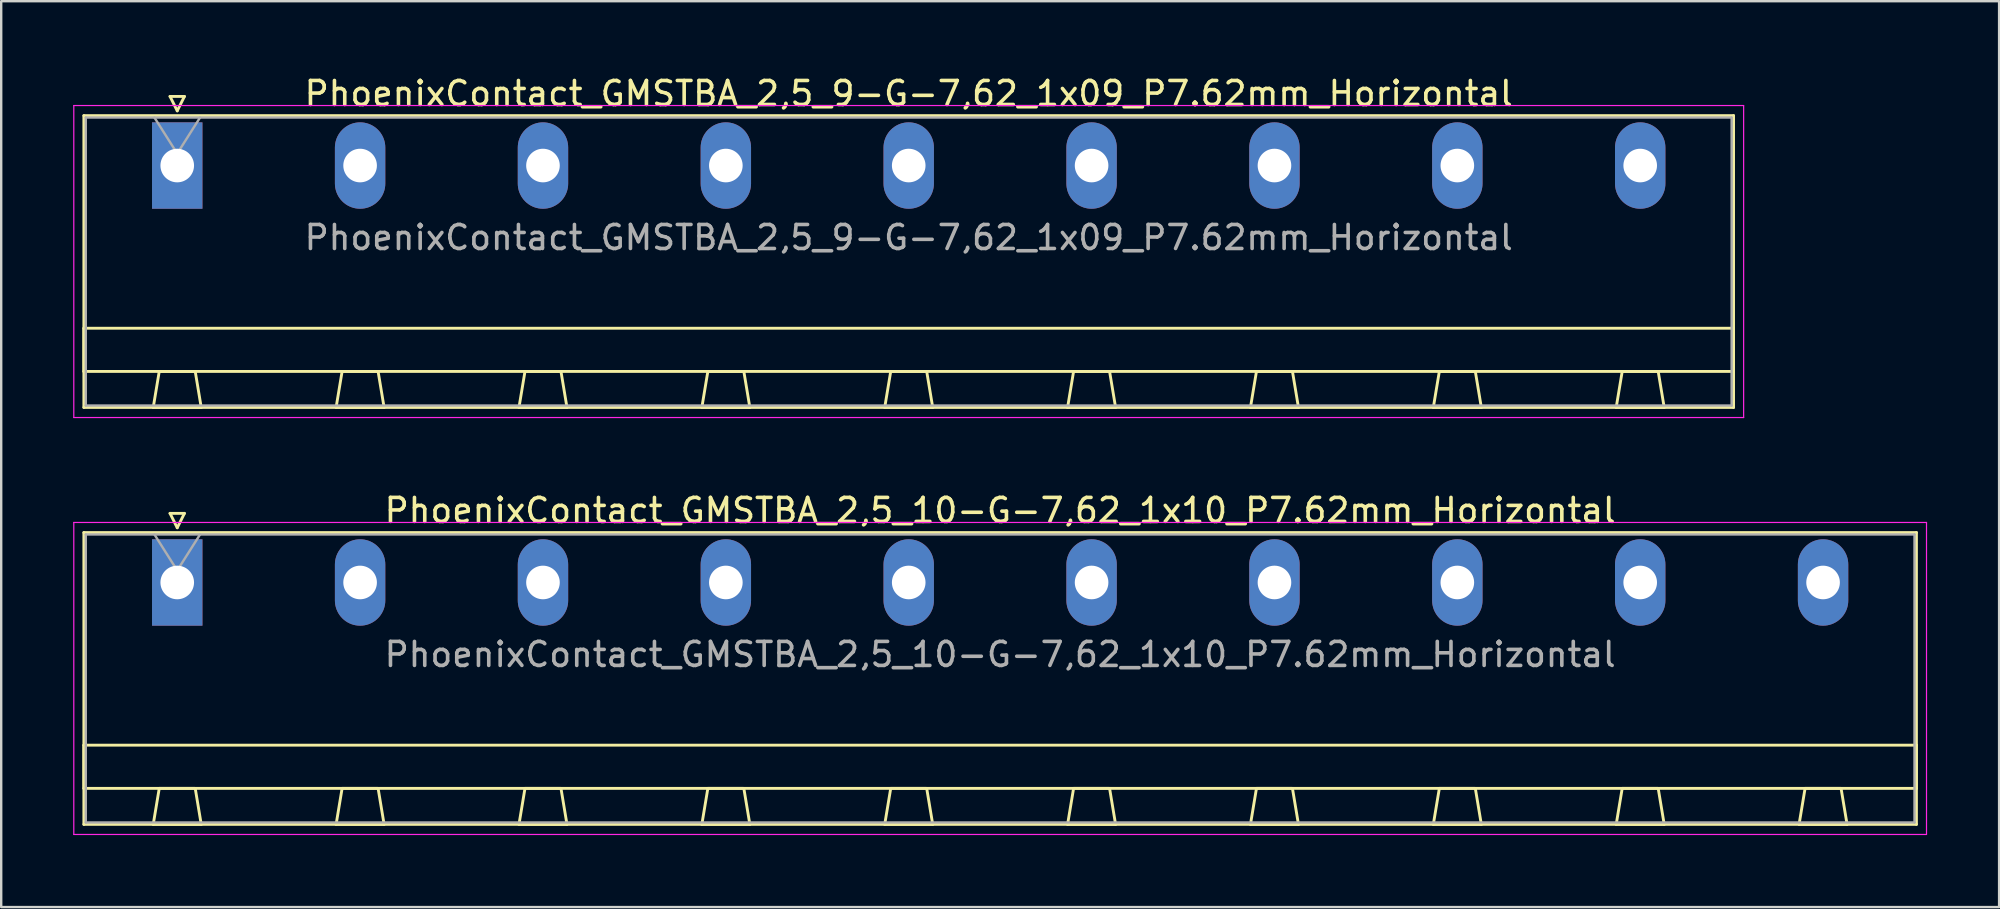
<source format=kicad_pcb>
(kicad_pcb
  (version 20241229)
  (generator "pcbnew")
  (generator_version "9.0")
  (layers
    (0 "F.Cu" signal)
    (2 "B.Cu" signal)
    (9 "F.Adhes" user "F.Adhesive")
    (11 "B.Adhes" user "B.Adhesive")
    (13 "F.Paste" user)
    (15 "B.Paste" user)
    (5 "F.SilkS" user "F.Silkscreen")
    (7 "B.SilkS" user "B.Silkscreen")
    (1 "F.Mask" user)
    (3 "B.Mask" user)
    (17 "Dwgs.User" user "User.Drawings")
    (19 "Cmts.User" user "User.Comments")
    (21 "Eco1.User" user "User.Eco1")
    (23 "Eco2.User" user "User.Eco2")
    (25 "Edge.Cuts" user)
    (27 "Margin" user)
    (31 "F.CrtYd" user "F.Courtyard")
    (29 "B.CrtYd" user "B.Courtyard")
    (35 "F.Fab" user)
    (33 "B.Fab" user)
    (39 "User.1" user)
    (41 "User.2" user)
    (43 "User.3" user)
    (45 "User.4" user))
  (footprint "PhoenixContact_GMSTBA_2,5_9-G-7,62_1x09_P7.62mm_Horizontal"
    (layer "F.Cu")
    (at 4.335 3.848)
    (property "Reference" "PhoenixContact_GMSTBA_2,5_9-G-7,62_1x09_P7.62mm_Horizontal" (at 30.48 -3 0) (layer "F.SilkS") (effects (font (size 1 1) (thickness 0.15))))
    (attr through_hole)
    (fp_line (start -3.89 -2.08) (end -3.89 10.08) (stroke (width 0.12) (type solid)) (layer "F.SilkS"))
    (fp_line (start -3.89 6.78) (end 64.85 6.78) (stroke (width 0.12) (type solid)) (layer "F.SilkS"))
    (fp_line (start -3.89 8.58) (end -3.89 6.78) (stroke (width 0.12) (type solid)) (layer "F.SilkS"))
    (fp_line (start -3.89 10.08) (end 64.85 10.08) (stroke (width 0.12) (type solid)) (layer "F.SilkS"))
    (fp_line (start -1 10.08) (end 1 10.08) (stroke (width 0.12) (type solid)) (layer "F.SilkS"))
    (fp_line (start -0.75 8.58) (end -1 10.08) (stroke (width 0.12) (type solid)) (layer "F.SilkS"))
    (fp_line (start -0.3 -2.88) (end 0.3 -2.88) (stroke (width 0.12) (type solid)) (layer "F.SilkS"))
    (fp_line (start 0 -2.28) (end -0.3 -2.88) (stroke (width 0.12) (type solid)) (layer "F.SilkS"))
    (fp_line (start 0.3 -2.88) (end 0 -2.28) (stroke (width 0.12) (type solid)) (layer "F.SilkS"))
    (fp_line (start 0.75 8.58) (end -0.75 8.58) (stroke (width 0.12) (type solid)) (layer "F.SilkS"))
    (fp_line (start 1 10.08) (end 0.75 8.58) (stroke (width 0.12) (type solid)) (layer "F.SilkS"))
    (fp_line (start 6.62 10.08) (end 8.62 10.08) (stroke (width 0.12) (type solid)) (layer "F.SilkS"))
    (fp_line (start 6.87 8.58) (end 6.62 10.08) (stroke (width 0.12) (type solid)) (layer "F.SilkS"))
    (fp_line (start 8.37 8.58) (end 6.87 8.58) (stroke (width 0.12) (type solid)) (layer "F.SilkS"))
    (fp_line (start 8.62 10.08) (end 8.37 8.58) (stroke (width 0.12) (type solid)) (layer "F.SilkS"))
    (fp_line (start 14.24 10.08) (end 16.24 10.08) (stroke (width 0.12) (type solid)) (layer "F.SilkS"))
    (fp_line (start 14.49 8.58) (end 14.24 10.08) (stroke (width 0.12) (type solid)) (layer "F.SilkS"))
    (fp_line (start 15.99 8.58) (end 14.49 8.58) (stroke (width 0.12) (type solid)) (layer "F.SilkS"))
    (fp_line (start 16.24 10.08) (end 15.99 8.58) (stroke (width 0.12) (type solid)) (layer "F.SilkS"))
    (fp_line (start 21.86 10.08) (end 23.86 10.08) (stroke (width 0.12) (type solid)) (layer "F.SilkS"))
    (fp_line (start 22.11 8.58) (end 21.86 10.08) (stroke (width 0.12) (type solid)) (layer "F.SilkS"))
    (fp_line (start 23.61 8.58) (end 22.11 8.58) (stroke (width 0.12) (type solid)) (layer "F.SilkS"))
    (fp_line (start 23.86 10.08) (end 23.61 8.58) (stroke (width 0.12) (type solid)) (layer "F.SilkS"))
    (fp_line (start 29.48 10.08) (end 31.48 10.08) (stroke (width 0.12) (type solid)) (layer "F.SilkS"))
    (fp_line (start 29.73 8.58) (end 29.48 10.08) (stroke (width 0.12) (type solid)) (layer "F.SilkS"))
    (fp_line (start 31.23 8.58) (end 29.73 8.58) (stroke (width 0.12) (type solid)) (layer "F.SilkS"))
    (fp_line (start 31.48 10.08) (end 31.23 8.58) (stroke (width 0.12) (type solid)) (layer "F.SilkS"))
    (fp_line (start 37.1 10.08) (end 39.1 10.08) (stroke (width 0.12) (type solid)) (layer "F.SilkS"))
    (fp_line (start 37.35 8.58) (end 37.1 10.08) (stroke (width 0.12) (type solid)) (layer "F.SilkS"))
    (fp_line (start 38.85 8.58) (end 37.35 8.58) (stroke (width 0.12) (type solid)) (layer "F.SilkS"))
    (fp_line (start 39.1 10.08) (end 38.85 8.58) (stroke (width 0.12) (type solid)) (layer "F.SilkS"))
    (fp_line (start 44.72 10.08) (end 46.72 10.08) (stroke (width 0.12) (type solid)) (layer "F.SilkS"))
    (fp_line (start 44.97 8.58) (end 44.72 10.08) (stroke (width 0.12) (type solid)) (layer "F.SilkS"))
    (fp_line (start 46.47 8.58) (end 44.97 8.58) (stroke (width 0.12) (type solid)) (layer "F.SilkS"))
    (fp_line (start 46.72 10.08) (end 46.47 8.58) (stroke (width 0.12) (type solid)) (layer "F.SilkS"))
    (fp_line (start 52.34 10.08) (end 54.34 10.08) (stroke (width 0.12) (type solid)) (layer "F.SilkS"))
    (fp_line (start 52.59 8.58) (end 52.34 10.08) (stroke (width 0.12) (type solid)) (layer "F.SilkS"))
    (fp_line (start 54.09 8.58) (end 52.59 8.58) (stroke (width 0.12) (type solid)) (layer "F.SilkS"))
    (fp_line (start 54.34 10.08) (end 54.09 8.58) (stroke (width 0.12) (type solid)) (layer "F.SilkS"))
    (fp_line (start 59.96 10.08) (end 61.96 10.08) (stroke (width 0.12) (type solid)) (layer "F.SilkS"))
    (fp_line (start 60.21 8.58) (end 59.96 10.08) (stroke (width 0.12) (type solid)) (layer "F.SilkS"))
    (fp_line (start 61.71 8.58) (end 60.21 8.58) (stroke (width 0.12) (type solid)) (layer "F.SilkS"))
    (fp_line (start 61.96 10.08) (end 61.71 8.58) (stroke (width 0.12) (type solid)) (layer "F.SilkS"))
    (fp_line (start 64.85 -2.08) (end -3.89 -2.08) (stroke (width 0.12) (type solid)) (layer "F.SilkS"))
    (fp_line (start 64.85 6.78) (end 64.85 8.58) (stroke (width 0.12) (type solid)) (layer "F.SilkS"))
    (fp_line (start 64.85 8.58) (end -3.89 8.58) (stroke (width 0.12) (type solid)) (layer "F.SilkS"))
    (fp_line (start 64.85 10.08) (end 64.85 -2.08) (stroke (width 0.12) (type solid)) (layer "F.SilkS"))
    (fp_line (start -4.31 -2.5) (end -4.31 10.5) (stroke (width 0.05) (type solid)) (layer "F.CrtYd"))
    (fp_line (start -4.31 10.5) (end 65.27 10.5) (stroke (width 0.05) (type solid)) (layer "F.CrtYd"))
    (fp_line (start 65.27 -2.5) (end -4.31 -2.5) (stroke (width 0.05) (type solid)) (layer "F.CrtYd"))
    (fp_line (start 65.27 10.5) (end 65.27 -2.5) (stroke (width 0.05) (type solid)) (layer "F.CrtYd"))
    (fp_line (start -3.81 -2) (end -3.81 10) (stroke (width 0.1) (type solid)) (layer "F.Fab"))
    (fp_line (start -3.81 10) (end 64.77 10) (stroke (width 0.1) (type solid)) (layer "F.Fab"))
    (fp_line (start 0 -0.5) (end -0.95 -2) (stroke (width 0.1) (type solid)) (layer "F.Fab"))
    (fp_line (start 0.95 -2) (end 0 -0.5) (stroke (width 0.1) (type solid)) (layer "F.Fab"))
    (fp_line (start 64.77 -2) (end -3.81 -2) (stroke (width 0.1) (type solid)) (layer "F.Fab"))
    (fp_line (start 64.77 10) (end 64.77 -2) (stroke (width 0.1) (type solid)) (layer "F.Fab"))
    (fp_text user "${REFERENCE}" (at 30.48 3 0) (layer "F.Fab") (effects (font (size 1 1) (thickness 0.15))))
    (pad "1" thru_hole rect (at 0 0) (size 2.1 3.6) (drill 1.4) (layers "*.Cu" "*.Mask"))
    (pad "2" thru_hole oval (at 7.62 0) (size 2.1 3.6) (drill 1.4) (layers "*.Cu" "*.Mask"))
    (pad "3" thru_hole oval (at 15.24 0) (size 2.1 3.6) (drill 1.4) (layers "*.Cu" "*.Mask"))
    (pad "4" thru_hole oval (at 22.86 0) (size 2.1 3.6) (drill 1.4) (layers "*.Cu" "*.Mask"))
    (pad "5" thru_hole oval (at 30.48 0) (size 2.1 3.6) (drill 1.4) (layers "*.Cu" "*.Mask"))
    (pad "6" thru_hole oval (at 38.1 0) (size 2.1 3.6) (drill 1.4) (layers "*.Cu" "*.Mask"))
    (pad "7" thru_hole oval (at 45.72 0) (size 2.1 3.6) (drill 1.4) (layers "*.Cu" "*.Mask"))
    (pad "8" thru_hole oval (at 53.34 0) (size 2.1 3.6) (drill 1.4) (layers "*.Cu" "*.Mask"))
    (pad "9" thru_hole oval (at 60.96 0) (size 2.1 3.6) (drill 1.4) (layers "*.Cu" "*.Mask")))
  (footprint "PhoenixContact_GMSTBA_2,5_10-G-7,62_1x10_P7.62mm_Horizontal"
    (layer "F.Cu")
    (at 4.335 21.221)
    (property "Reference" "PhoenixContact_GMSTBA_2,5_10-G-7,62_1x10_P7.62mm_Horizontal" (at 34.29 -3 0) (layer "F.SilkS") (effects (font (size 1 1) (thickness 0.15))))
    (attr through_hole)
    (fp_line (start -3.89 -2.08) (end -3.89 10.08) (stroke (width 0.12) (type solid)) (layer "F.SilkS"))
    (fp_line (start -3.89 6.78) (end 72.47 6.78) (stroke (width 0.12) (type solid)) (layer "F.SilkS"))
    (fp_line (start -3.89 8.58) (end -3.89 6.78) (stroke (width 0.12) (type solid)) (layer "F.SilkS"))
    (fp_line (start -3.89 10.08) (end 72.47 10.08) (stroke (width 0.12) (type solid)) (layer "F.SilkS"))
    (fp_line (start -1 10.08) (end 1 10.08) (stroke (width 0.12) (type solid)) (layer "F.SilkS"))
    (fp_line (start -0.75 8.58) (end -1 10.08) (stroke (width 0.12) (type solid)) (layer "F.SilkS"))
    (fp_line (start -0.3 -2.88) (end 0.3 -2.88) (stroke (width 0.12) (type solid)) (layer "F.SilkS"))
    (fp_line (start 0 -2.28) (end -0.3 -2.88) (stroke (width 0.12) (type solid)) (layer "F.SilkS"))
    (fp_line (start 0.3 -2.88) (end 0 -2.28) (stroke (width 0.12) (type solid)) (layer "F.SilkS"))
    (fp_line (start 0.75 8.58) (end -0.75 8.58) (stroke (width 0.12) (type solid)) (layer "F.SilkS"))
    (fp_line (start 1 10.08) (end 0.75 8.58) (stroke (width 0.12) (type solid)) (layer "F.SilkS"))
    (fp_line (start 6.62 10.08) (end 8.62 10.08) (stroke (width 0.12) (type solid)) (layer "F.SilkS"))
    (fp_line (start 6.87 8.58) (end 6.62 10.08) (stroke (width 0.12) (type solid)) (layer "F.SilkS"))
    (fp_line (start 8.37 8.58) (end 6.87 8.58) (stroke (width 0.12) (type solid)) (layer "F.SilkS"))
    (fp_line (start 8.62 10.08) (end 8.37 8.58) (stroke (width 0.12) (type solid)) (layer "F.SilkS"))
    (fp_line (start 14.24 10.08) (end 16.24 10.08) (stroke (width 0.12) (type solid)) (layer "F.SilkS"))
    (fp_line (start 14.49 8.58) (end 14.24 10.08) (stroke (width 0.12) (type solid)) (layer "F.SilkS"))
    (fp_line (start 15.99 8.58) (end 14.49 8.58) (stroke (width 0.12) (type solid)) (layer "F.SilkS"))
    (fp_line (start 16.24 10.08) (end 15.99 8.58) (stroke (width 0.12) (type solid)) (layer "F.SilkS"))
    (fp_line (start 21.86 10.08) (end 23.86 10.08) (stroke (width 0.12) (type solid)) (layer "F.SilkS"))
    (fp_line (start 22.11 8.58) (end 21.86 10.08) (stroke (width 0.12) (type solid)) (layer "F.SilkS"))
    (fp_line (start 23.61 8.58) (end 22.11 8.58) (stroke (width 0.12) (type solid)) (layer "F.SilkS"))
    (fp_line (start 23.86 10.08) (end 23.61 8.58) (stroke (width 0.12) (type solid)) (layer "F.SilkS"))
    (fp_line (start 29.48 10.08) (end 31.48 10.08) (stroke (width 0.12) (type solid)) (layer "F.SilkS"))
    (fp_line (start 29.73 8.58) (end 29.48 10.08) (stroke (width 0.12) (type solid)) (layer "F.SilkS"))
    (fp_line (start 31.23 8.58) (end 29.73 8.58) (stroke (width 0.12) (type solid)) (layer "F.SilkS"))
    (fp_line (start 31.48 10.08) (end 31.23 8.58) (stroke (width 0.12) (type solid)) (layer "F.SilkS"))
    (fp_line (start 37.1 10.08) (end 39.1 10.08) (stroke (width 0.12) (type solid)) (layer "F.SilkS"))
    (fp_line (start 37.35 8.58) (end 37.1 10.08) (stroke (width 0.12) (type solid)) (layer "F.SilkS"))
    (fp_line (start 38.85 8.58) (end 37.35 8.58) (stroke (width 0.12) (type solid)) (layer "F.SilkS"))
    (fp_line (start 39.1 10.08) (end 38.85 8.58) (stroke (width 0.12) (type solid)) (layer "F.SilkS"))
    (fp_line (start 44.72 10.08) (end 46.72 10.08) (stroke (width 0.12) (type solid)) (layer "F.SilkS"))
    (fp_line (start 44.97 8.58) (end 44.72 10.08) (stroke (width 0.12) (type solid)) (layer "F.SilkS"))
    (fp_line (start 46.47 8.58) (end 44.97 8.58) (stroke (width 0.12) (type solid)) (layer "F.SilkS"))
    (fp_line (start 46.72 10.08) (end 46.47 8.58) (stroke (width 0.12) (type solid)) (layer "F.SilkS"))
    (fp_line (start 52.34 10.08) (end 54.34 10.08) (stroke (width 0.12) (type solid)) (layer "F.SilkS"))
    (fp_line (start 52.59 8.58) (end 52.34 10.08) (stroke (width 0.12) (type solid)) (layer "F.SilkS"))
    (fp_line (start 54.09 8.58) (end 52.59 8.58) (stroke (width 0.12) (type solid)) (layer "F.SilkS"))
    (fp_line (start 54.34 10.08) (end 54.09 8.58) (stroke (width 0.12) (type solid)) (layer "F.SilkS"))
    (fp_line (start 59.96 10.08) (end 61.96 10.08) (stroke (width 0.12) (type solid)) (layer "F.SilkS"))
    (fp_line (start 60.21 8.58) (end 59.96 10.08) (stroke (width 0.12) (type solid)) (layer "F.SilkS"))
    (fp_line (start 61.71 8.58) (end 60.21 8.58) (stroke (width 0.12) (type solid)) (layer "F.SilkS"))
    (fp_line (start 61.96 10.08) (end 61.71 8.58) (stroke (width 0.12) (type solid)) (layer "F.SilkS"))
    (fp_line (start 67.58 10.08) (end 69.58 10.08) (stroke (width 0.12) (type solid)) (layer "F.SilkS"))
    (fp_line (start 67.83 8.58) (end 67.58 10.08) (stroke (width 0.12) (type solid)) (layer "F.SilkS"))
    (fp_line (start 69.33 8.58) (end 67.83 8.58) (stroke (width 0.12) (type solid)) (layer "F.SilkS"))
    (fp_line (start 69.58 10.08) (end 69.33 8.58) (stroke (width 0.12) (type solid)) (layer "F.SilkS"))
    (fp_line (start 72.47 -2.08) (end -3.89 -2.08) (stroke (width 0.12) (type solid)) (layer "F.SilkS"))
    (fp_line (start 72.47 6.78) (end 72.47 8.58) (stroke (width 0.12) (type solid)) (layer "F.SilkS"))
    (fp_line (start 72.47 8.58) (end -3.89 8.58) (stroke (width 0.12) (type solid)) (layer "F.SilkS"))
    (fp_line (start 72.47 10.08) (end 72.47 -2.08) (stroke (width 0.12) (type solid)) (layer "F.SilkS"))
    (fp_line (start -4.31 -2.5) (end -4.31 10.5) (stroke (width 0.05) (type solid)) (layer "F.CrtYd"))
    (fp_line (start -4.31 10.5) (end 72.89 10.5) (stroke (width 0.05) (type solid)) (layer "F.CrtYd"))
    (fp_line (start 72.89 -2.5) (end -4.31 -2.5) (stroke (width 0.05) (type solid)) (layer "F.CrtYd"))
    (fp_line (start 72.89 10.5) (end 72.89 -2.5) (stroke (width 0.05) (type solid)) (layer "F.CrtYd"))
    (fp_line (start -3.81 -2) (end -3.81 10) (stroke (width 0.1) (type solid)) (layer "F.Fab"))
    (fp_line (start -3.81 10) (end 72.39 10) (stroke (width 0.1) (type solid)) (layer "F.Fab"))
    (fp_line (start 0 -0.5) (end -0.95 -2) (stroke (width 0.1) (type solid)) (layer "F.Fab"))
    (fp_line (start 0.95 -2) (end 0 -0.5) (stroke (width 0.1) (type solid)) (layer "F.Fab"))
    (fp_line (start 72.39 -2) (end -3.81 -2) (stroke (width 0.1) (type solid)) (layer "F.Fab"))
    (fp_line (start 72.39 10) (end 72.39 -2) (stroke (width 0.1) (type solid)) (layer "F.Fab"))
    (fp_text user "${REFERENCE}" (at 34.29 3 0) (layer "F.Fab") (effects (font (size 1 1) (thickness 0.15))))
    (pad "1" thru_hole rect (at 0 0) (size 2.1 3.6) (drill 1.4) (layers "*.Cu" "*.Mask"))
    (pad "2" thru_hole oval (at 7.62 0) (size 2.1 3.6) (drill 1.4) (layers "*.Cu" "*.Mask"))
    (pad "3" thru_hole oval (at 15.24 0) (size 2.1 3.6) (drill 1.4) (layers "*.Cu" "*.Mask"))
    (pad "4" thru_hole oval (at 22.86 0) (size 2.1 3.6) (drill 1.4) (layers "*.Cu" "*.Mask"))
    (pad "5" thru_hole oval (at 30.48 0) (size 2.1 3.6) (drill 1.4) (layers "*.Cu" "*.Mask"))
    (pad "6" thru_hole oval (at 38.1 0) (size 2.1 3.6) (drill 1.4) (layers "*.Cu" "*.Mask"))
    (pad "7" thru_hole oval (at 45.72 0) (size 2.1 3.6) (drill 1.4) (layers "*.Cu" "*.Mask"))
    (pad "8" thru_hole oval (at 53.34 0) (size 2.1 3.6) (drill 1.4) (layers "*.Cu" "*.Mask"))
    (pad "9" thru_hole oval (at 60.96 0) (size 2.1 3.6) (drill 1.4) (layers "*.Cu" "*.Mask"))
    (pad "10" thru_hole oval (at 68.58 0) (size 2.1 3.6) (drill 1.4) (layers "*.Cu" "*.Mask")))
  (gr_rect
    (start -3 -3)
    (end 80.25 34.746)
    (stroke (width 0.1) (type default))
    (fill no)
    (layer "Edge.Cuts")))
</source>
